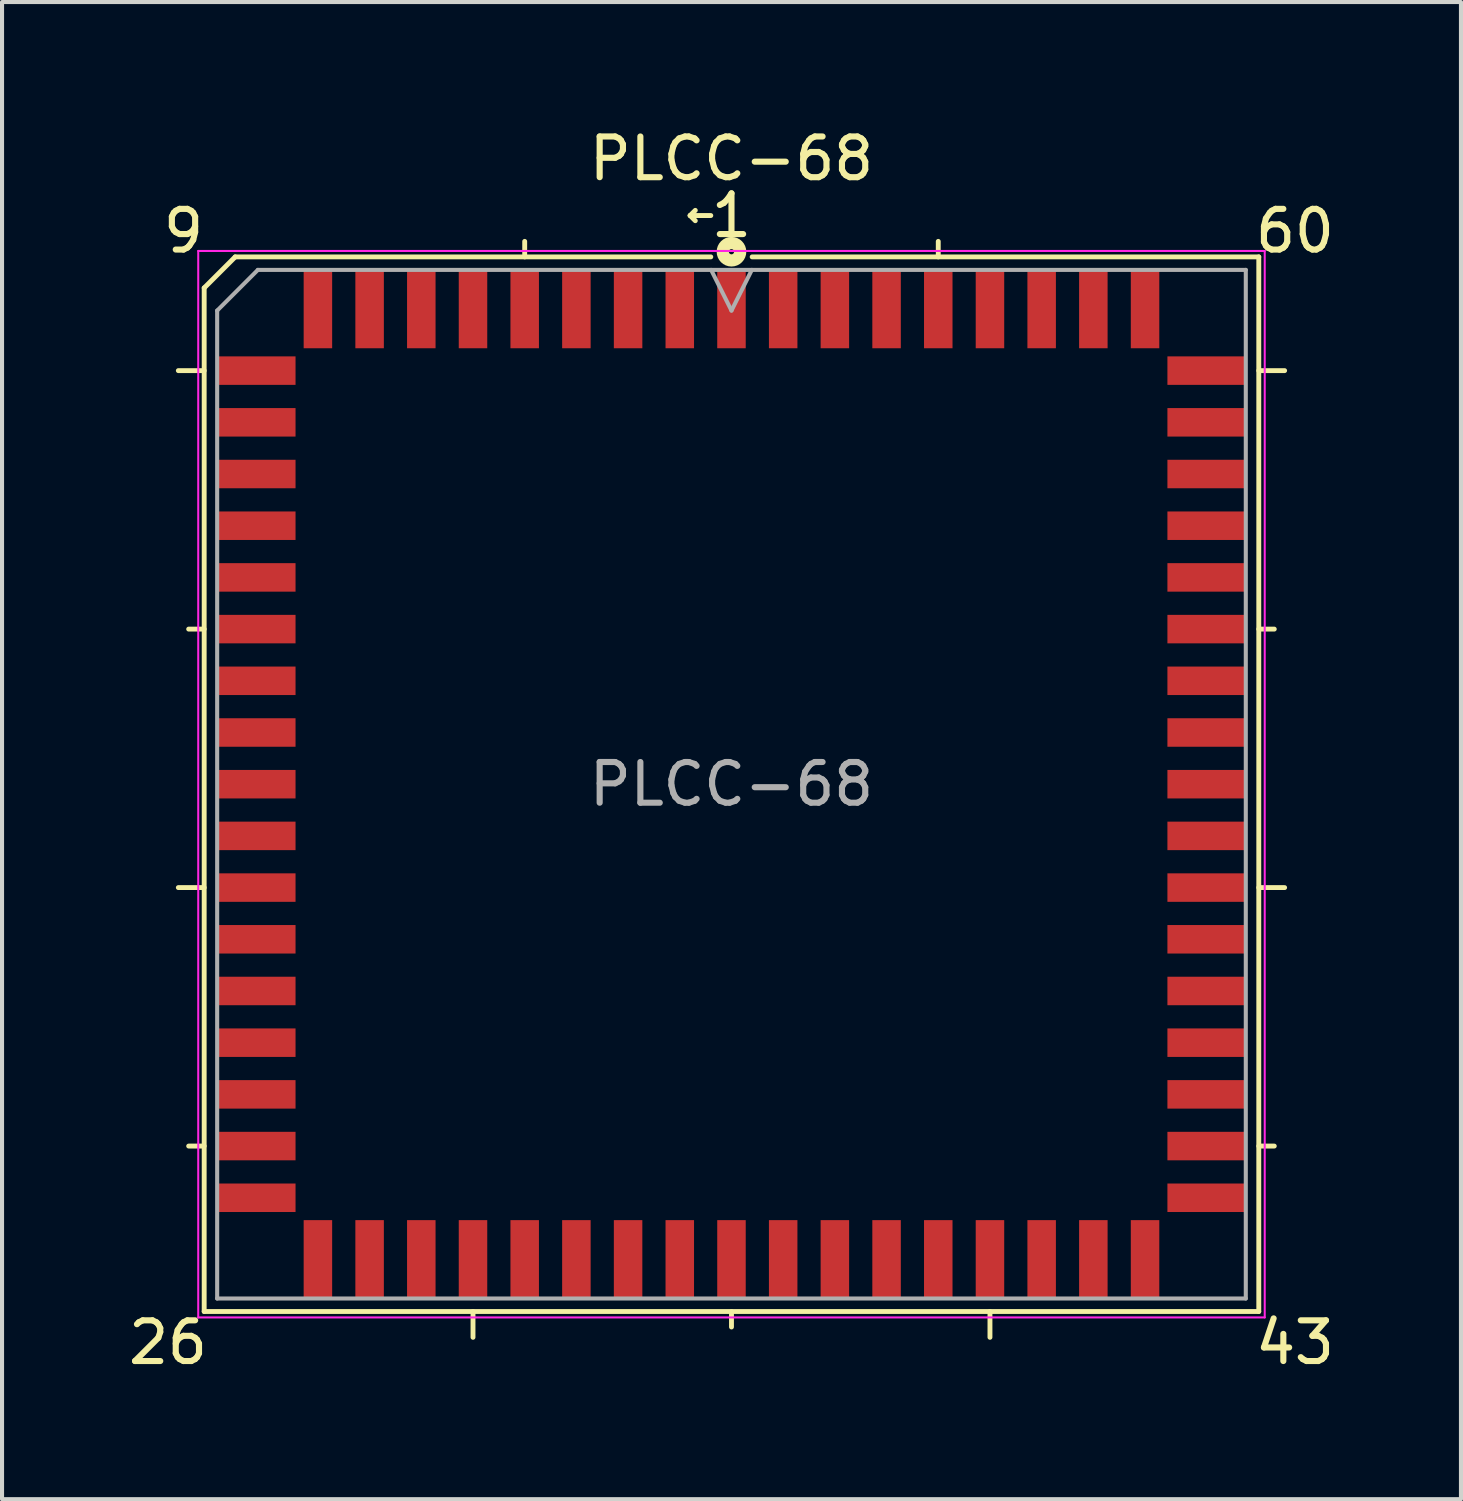
<source format=kicad_pcb>
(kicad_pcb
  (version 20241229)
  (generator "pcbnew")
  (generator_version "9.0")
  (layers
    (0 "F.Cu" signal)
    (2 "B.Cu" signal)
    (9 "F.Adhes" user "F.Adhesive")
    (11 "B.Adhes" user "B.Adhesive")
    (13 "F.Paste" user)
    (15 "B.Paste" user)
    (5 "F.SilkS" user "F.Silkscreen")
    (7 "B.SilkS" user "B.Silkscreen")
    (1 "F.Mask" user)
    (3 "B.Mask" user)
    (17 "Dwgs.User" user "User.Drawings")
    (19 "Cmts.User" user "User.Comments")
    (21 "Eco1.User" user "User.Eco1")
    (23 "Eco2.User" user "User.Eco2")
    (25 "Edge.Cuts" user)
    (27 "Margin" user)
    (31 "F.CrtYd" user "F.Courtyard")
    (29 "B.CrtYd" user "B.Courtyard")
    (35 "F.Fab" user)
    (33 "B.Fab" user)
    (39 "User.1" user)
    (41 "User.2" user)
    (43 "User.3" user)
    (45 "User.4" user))
  (footprint "PLCC-68"
    (layer "F.Cu")
    (at 14.92 16.215)
    (property "Reference" "PLCC-68" (at 0 -15.367 0) (layer "F.SilkS") (effects (font (size 1 1) (thickness 0.15))))
    (attr smd)
    (fp_line (start -12.954 -12.192) (end -12.954 12.954) (stroke (width 0.12) (type solid)) (layer "F.SilkS"))
    (fp_line (start -12.954 -10.16) (end -13.589 -10.16) (stroke (width 0.12) (type solid)) (layer "F.SilkS"))
    (fp_line (start -12.954 -3.81) (end -13.335 -3.81) (stroke (width 0.12) (type solid)) (layer "F.SilkS"))
    (fp_line (start -12.954 2.54) (end -13.589 2.54) (stroke (width 0.12) (type solid)) (layer "F.SilkS"))
    (fp_line (start -12.954 8.89) (end -13.335 8.89) (stroke (width 0.12) (type solid)) (layer "F.SilkS"))
    (fp_line (start -12.954 12.954) (end 12.954 12.954) (stroke (width 0.12) (type solid)) (layer "F.SilkS"))
    (fp_line (start -12.192 -12.954) (end -12.954 -12.192) (stroke (width 0.12) (type solid)) (layer "F.SilkS"))
    (fp_line (start -6.35 12.954) (end -6.35 13.589) (stroke (width 0.12) (type solid)) (layer "F.SilkS"))
    (fp_line (start -5.08 -12.954) (end -5.08 -13.335) (stroke (width 0.12) (type solid)) (layer "F.SilkS"))
    (fp_line (start -1.016 -13.97) (end -0.889 -14.097) (stroke (width 0.12) (type solid)) (layer "F.SilkS"))
    (fp_line (start -1.016 -13.97) (end -0.889 -13.843) (stroke (width 0.12) (type solid)) (layer "F.SilkS"))
    (fp_line (start -0.508 -13.97) (end -1.016 -13.97) (stroke (width 0.12) (type solid)) (layer "F.SilkS"))
    (fp_line (start -0.508 -12.954) (end -12.192 -12.954) (stroke (width 0.12) (type solid)) (layer "F.SilkS"))
    (fp_line (start 0 12.954) (end 0 13.335) (stroke (width 0.12) (type solid)) (layer "F.SilkS"))
    (fp_line (start 5.08 -12.954) (end 5.08 -13.335) (stroke (width 0.12) (type solid)) (layer "F.SilkS"))
    (fp_line (start 6.35 12.954) (end 6.35 13.589) (stroke (width 0.12) (type solid)) (layer "F.SilkS"))
    (fp_line (start 12.954 -12.954) (end 0.508 -12.954) (stroke (width 0.12) (type solid)) (layer "F.SilkS"))
    (fp_line (start 12.954 -10.16) (end 13.589 -10.16) (stroke (width 0.12) (type solid)) (layer "F.SilkS"))
    (fp_line (start 12.954 -3.81) (end 13.335 -3.81) (stroke (width 0.12) (type solid)) (layer "F.SilkS"))
    (fp_line (start 12.954 2.54) (end 13.589 2.54) (stroke (width 0.12) (type solid)) (layer "F.SilkS"))
    (fp_line (start 12.954 8.89) (end 13.335 8.89) (stroke (width 0.12) (type solid)) (layer "F.SilkS"))
    (fp_line (start 12.954 12.954) (end 12.954 -12.954) (stroke (width 0.12) (type solid)) (layer "F.SilkS"))
    (fp_circle (center 0 -13.081) (end 0.064 -13.081) (stroke (width 0.3) (type solid)) (fill no) (layer "F.SilkS"))
    (fp_line (start -13.1 -13.1) (end -13.1 13.1) (stroke (width 0.05) (type solid)) (layer "F.CrtYd"))
    (fp_line (start -13.1 13.1) (end 13.1 13.1) (stroke (width 0.05) (type solid)) (layer "F.CrtYd"))
    (fp_line (start 13.1 -13.1) (end -13.1 -13.1) (stroke (width 0.05) (type solid)) (layer "F.CrtYd"))
    (fp_line (start 13.1 13.1) (end 13.1 -13.1) (stroke (width 0.05) (type solid)) (layer "F.CrtYd"))
    (fp_line (start -12.635 -11.635) (end -12.635 12.635) (stroke (width 0.1) (type solid)) (layer "F.Fab"))
    (fp_line (start -12.635 12.635) (end 12.635 12.635) (stroke (width 0.1) (type solid)) (layer "F.Fab"))
    (fp_line (start -11.635 -12.635) (end -12.635 -11.635) (stroke (width 0.1) (type solid)) (layer "F.Fab"))
    (fp_line (start -0.5 -12.635) (end 0 -11.635) (stroke (width 0.1) (type solid)) (layer "F.Fab"))
    (fp_line (start 0 -11.635) (end 0.5 -12.635) (stroke (width 0.1) (type solid)) (layer "F.Fab"))
    (fp_line (start 12.635 -12.635) (end -11.635 -12.635) (stroke (width 0.1) (type solid)) (layer "F.Fab"))
    (fp_line (start 12.635 12.635) (end 12.635 -12.635) (stroke (width 0.1) (type solid)) (layer "F.Fab"))
    (fp_text user "1" (at 0 -13.97 0) (unlocked yes) (layer "F.SilkS") (effects (font (size 1 1) (thickness 0.15))))
    (fp_text user "26" (at -13.843 13.716 0) (unlocked yes) (layer "F.SilkS") (effects (font (size 1 1) (thickness 0.15))))
    (fp_text user "60" (at 13.843 -13.589 0) (unlocked yes) (layer "F.SilkS") (effects (font (size 1 1) (thickness 0.15))))
    (fp_text user "43" (at 13.843 13.716 0) (unlocked yes) (layer "F.SilkS") (effects (font (size 1 1) (thickness 0.15))))
    (fp_text user "9" (at -13.462 -13.589 0) (unlocked yes) (layer "F.SilkS") (effects (font (size 1 1) (thickness 0.15))))
    (fp_text user "${REFERENCE}" (at 0 0 0) (layer "F.Fab") (effects (font (size 1 1) (thickness 0.15))))
    (pad "1" smd rect (at 0 -11.672) (size 0.7 1.925) (layers "F.Cu" "F.Mask" "F.Paste"))
    (pad "2" smd rect (at -1.27 -11.672) (size 0.7 1.925) (layers "F.Cu" "F.Mask" "F.Paste"))
    (pad "3" smd rect (at -2.54 -11.672) (size 0.7 1.925) (layers "F.Cu" "F.Mask" "F.Paste"))
    (pad "4" smd rect (at -3.81 -11.672) (size 0.7 1.925) (layers "F.Cu" "F.Mask" "F.Paste"))
    (pad "5" smd rect (at -5.08 -11.672) (size 0.7 1.925) (layers "F.Cu" "F.Mask" "F.Paste"))
    (pad "6" smd rect (at -6.35 -11.672) (size 0.7 1.925) (layers "F.Cu" "F.Mask" "F.Paste"))
    (pad "7" smd rect (at -7.62 -11.672) (size 0.7 1.925) (layers "F.Cu" "F.Mask" "F.Paste"))
    (pad "8" smd rect (at -8.89 -11.672) (size 0.7 1.925) (layers "F.Cu" "F.Mask" "F.Paste"))
    (pad "9" smd rect (at -10.16 -11.672) (size 0.7 1.925) (layers "F.Cu" "F.Mask" "F.Paste"))
    (pad "10" smd rect (at -11.672 -10.16) (size 1.925 0.7) (layers "F.Cu" "F.Mask" "F.Paste"))
    (pad "11" smd rect (at -11.672 -8.89) (size 1.925 0.7) (layers "F.Cu" "F.Mask" "F.Paste"))
    (pad "12" smd rect (at -11.672 -7.62) (size 1.925 0.7) (layers "F.Cu" "F.Mask" "F.Paste"))
    (pad "13" smd rect (at -11.672 -6.35) (size 1.925 0.7) (layers "F.Cu" "F.Mask" "F.Paste"))
    (pad "14" smd rect (at -11.672 -5.08) (size 1.925 0.7) (layers "F.Cu" "F.Mask" "F.Paste"))
    (pad "15" smd rect (at -11.672 -3.81) (size 1.925 0.7) (layers "F.Cu" "F.Mask" "F.Paste"))
    (pad "16" smd rect (at -11.672 -2.54) (size 1.925 0.7) (layers "F.Cu" "F.Mask" "F.Paste"))
    (pad "17" smd rect (at -11.672 -1.27) (size 1.925 0.7) (layers "F.Cu" "F.Mask" "F.Paste"))
    (pad "18" smd rect (at -11.672 0) (size 1.925 0.7) (layers "F.Cu" "F.Mask" "F.Paste"))
    (pad "19" smd rect (at -11.672 1.27) (size 1.925 0.7) (layers "F.Cu" "F.Mask" "F.Paste"))
    (pad "20" smd rect (at -11.672 2.54) (size 1.925 0.7) (layers "F.Cu" "F.Mask" "F.Paste"))
    (pad "21" smd rect (at -11.672 3.81) (size 1.925 0.7) (layers "F.Cu" "F.Mask" "F.Paste"))
    (pad "22" smd rect (at -11.672 5.08) (size 1.925 0.7) (layers "F.Cu" "F.Mask" "F.Paste"))
    (pad "23" smd rect (at -11.672 6.35) (size 1.925 0.7) (layers "F.Cu" "F.Mask" "F.Paste"))
    (pad "24" smd rect (at -11.672 7.62) (size 1.925 0.7) (layers "F.Cu" "F.Mask" "F.Paste"))
    (pad "25" smd rect (at -11.672 8.89) (size 1.925 0.7) (layers "F.Cu" "F.Mask" "F.Paste"))
    (pad "26" smd rect (at -11.672 10.16) (size 1.925 0.7) (layers "F.Cu" "F.Mask" "F.Paste"))
    (pad "27" smd rect (at -10.16 11.672) (size 0.7 1.925) (layers "F.Cu" "F.Mask" "F.Paste"))
    (pad "28" smd rect (at -8.89 11.672) (size 0.7 1.925) (layers "F.Cu" "F.Mask" "F.Paste"))
    (pad "29" smd rect (at -7.62 11.672) (size 0.7 1.925) (layers "F.Cu" "F.Mask" "F.Paste"))
    (pad "30" smd rect (at -6.35 11.672) (size 0.7 1.925) (layers "F.Cu" "F.Mask" "F.Paste"))
    (pad "31" smd rect (at -5.08 11.672) (size 0.7 1.925) (layers "F.Cu" "F.Mask" "F.Paste"))
    (pad "32" smd rect (at -3.81 11.672) (size 0.7 1.925) (layers "F.Cu" "F.Mask" "F.Paste"))
    (pad "33" smd rect (at -2.54 11.672) (size 0.7 1.925) (layers "F.Cu" "F.Mask" "F.Paste"))
    (pad "34" smd rect (at -1.27 11.672) (size 0.7 1.925) (layers "F.Cu" "F.Mask" "F.Paste"))
    (pad "35" smd rect (at 0 11.672) (size 0.7 1.925) (layers "F.Cu" "F.Mask" "F.Paste"))
    (pad "36" smd rect (at 1.27 11.672) (size 0.7 1.925) (layers "F.Cu" "F.Mask" "F.Paste"))
    (pad "37" smd rect (at 2.54 11.672) (size 0.7 1.925) (layers "F.Cu" "F.Mask" "F.Paste"))
    (pad "38" smd rect (at 3.81 11.672) (size 0.7 1.925) (layers "F.Cu" "F.Mask" "F.Paste"))
    (pad "39" smd rect (at 5.08 11.672) (size 0.7 1.925) (layers "F.Cu" "F.Mask" "F.Paste"))
    (pad "40" smd rect (at 6.35 11.672) (size 0.7 1.925) (layers "F.Cu" "F.Mask" "F.Paste"))
    (pad "41" smd rect (at 7.62 11.672) (size 0.7 1.925) (layers "F.Cu" "F.Mask" "F.Paste"))
    (pad "42" smd rect (at 8.89 11.672) (size 0.7 1.925) (layers "F.Cu" "F.Mask" "F.Paste"))
    (pad "43" smd rect (at 10.16 11.672) (size 0.7 1.925) (layers "F.Cu" "F.Mask" "F.Paste"))
    (pad "44" smd rect (at 11.672 10.16) (size 1.925 0.7) (layers "F.Cu" "F.Mask" "F.Paste"))
    (pad "45" smd rect (at 11.672 8.89) (size 1.925 0.7) (layers "F.Cu" "F.Mask" "F.Paste"))
    (pad "46" smd rect (at 11.672 7.62) (size 1.925 0.7) (layers "F.Cu" "F.Mask" "F.Paste"))
    (pad "47" smd rect (at 11.672 6.35) (size 1.925 0.7) (layers "F.Cu" "F.Mask" "F.Paste"))
    (pad "48" smd rect (at 11.672 5.08) (size 1.925 0.7) (layers "F.Cu" "F.Mask" "F.Paste"))
    (pad "49" smd rect (at 11.672 3.81) (size 1.925 0.7) (layers "F.Cu" "F.Mask" "F.Paste"))
    (pad "50" smd rect (at 11.672 2.54) (size 1.925 0.7) (layers "F.Cu" "F.Mask" "F.Paste"))
    (pad "51" smd rect (at 11.672 1.27) (size 1.925 0.7) (layers "F.Cu" "F.Mask" "F.Paste"))
    (pad "52" smd rect (at 11.672 0) (size 1.925 0.7) (layers "F.Cu" "F.Mask" "F.Paste"))
    (pad "53" smd rect (at 11.672 -1.27) (size 1.925 0.7) (layers "F.Cu" "F.Mask" "F.Paste"))
    (pad "54" smd rect (at 11.672 -2.54) (size 1.925 0.7) (layers "F.Cu" "F.Mask" "F.Paste"))
    (pad "55" smd rect (at 11.672 -3.81) (size 1.925 0.7) (layers "F.Cu" "F.Mask" "F.Paste"))
    (pad "56" smd rect (at 11.672 -5.08) (size 1.925 0.7) (layers "F.Cu" "F.Mask" "F.Paste"))
    (pad "57" smd rect (at 11.672 -6.35) (size 1.925 0.7) (layers "F.Cu" "F.Mask" "F.Paste"))
    (pad "58" smd rect (at 11.672 -7.62) (size 1.925 0.7) (layers "F.Cu" "F.Mask" "F.Paste"))
    (pad "59" smd rect (at 11.672 -8.89) (size 1.925 0.7) (layers "F.Cu" "F.Mask" "F.Paste"))
    (pad "60" smd rect (at 11.672 -10.16) (size 1.925 0.7) (layers "F.Cu" "F.Mask" "F.Paste"))
    (pad "61" smd rect (at 10.16 -11.672) (size 0.7 1.925) (layers "F.Cu" "F.Mask" "F.Paste"))
    (pad "62" smd rect (at 8.89 -11.672) (size 0.7 1.925) (layers "F.Cu" "F.Mask" "F.Paste"))
    (pad "63" smd rect (at 7.62 -11.672) (size 0.7 1.925) (layers "F.Cu" "F.Mask" "F.Paste"))
    (pad "64" smd rect (at 6.35 -11.672) (size 0.7 1.925) (layers "F.Cu" "F.Mask" "F.Paste"))
    (pad "65" smd rect (at 5.08 -11.672) (size 0.7 1.925) (layers "F.Cu" "F.Mask" "F.Paste"))
    (pad "66" smd rect (at 3.81 -11.672) (size 0.7 1.925) (layers "F.Cu" "F.Mask" "F.Paste"))
    (pad "67" smd rect (at 2.54 -11.672) (size 0.7 1.925) (layers "F.Cu" "F.Mask" "F.Paste"))
    (pad "68" smd rect (at 1.27 -11.672) (size 0.7 1.925) (layers "F.Cu" "F.Mask" "F.Paste")))
  (gr_rect
    (start -3 -3)
    (end 32.841 33.779)
    (stroke (width 0.1) (type default))
    (fill no)
    (layer "Edge.Cuts")))
</source>
